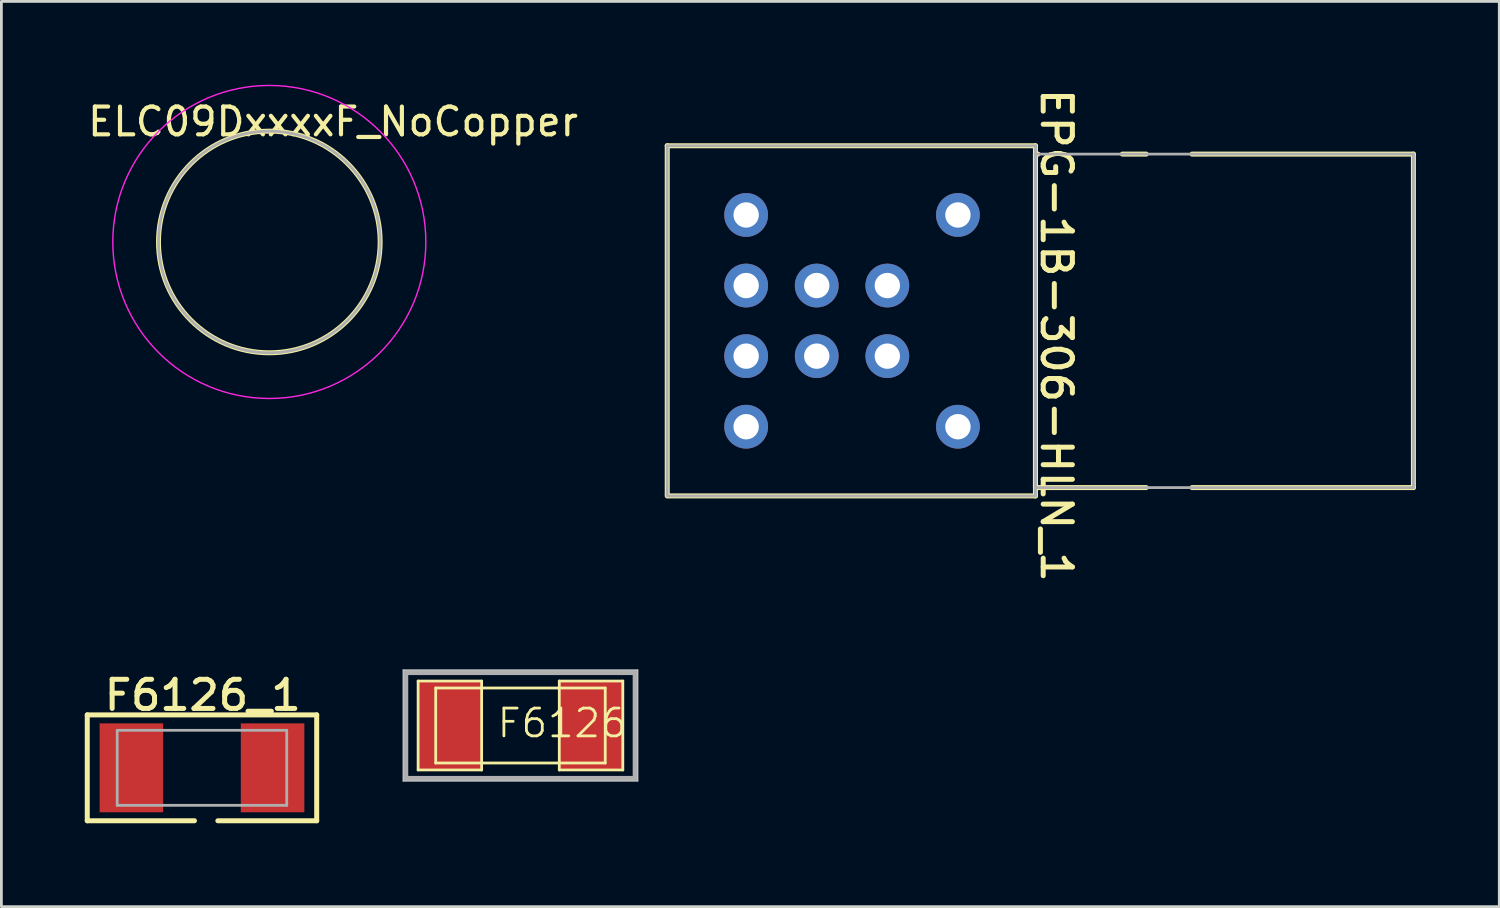
<source format=kicad_pcb>
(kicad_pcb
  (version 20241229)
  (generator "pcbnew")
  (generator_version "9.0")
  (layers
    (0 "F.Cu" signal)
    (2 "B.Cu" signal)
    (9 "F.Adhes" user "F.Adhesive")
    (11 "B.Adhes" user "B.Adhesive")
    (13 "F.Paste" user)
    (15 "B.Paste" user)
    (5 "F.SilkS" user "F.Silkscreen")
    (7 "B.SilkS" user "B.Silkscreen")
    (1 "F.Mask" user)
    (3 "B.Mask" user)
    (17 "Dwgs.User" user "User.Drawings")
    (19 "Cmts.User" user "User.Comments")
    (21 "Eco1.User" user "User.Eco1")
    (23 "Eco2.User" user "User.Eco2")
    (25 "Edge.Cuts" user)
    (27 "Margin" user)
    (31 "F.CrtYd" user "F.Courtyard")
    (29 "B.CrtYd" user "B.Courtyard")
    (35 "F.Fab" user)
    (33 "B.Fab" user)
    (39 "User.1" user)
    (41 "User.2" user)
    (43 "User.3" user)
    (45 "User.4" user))
  (footprint "ELC09DxxxxF_NoCopper"
    (placed yes)
    (layer "F.Cu")
    (at 6.641 5.657)
    (property "Reference" "ELC09DxxxxF_NoCopper" (at 2.294 -4.328 0) (layer "F.SilkS") (effects (font (size 1 1) (thickness 0.15))))
    (attr exclude_from_pos_files exclude_from_bom)
    (fp_circle (center 0 0) (end 3.988 0) (stroke (width 0.178) (type solid)) (fill no) (layer "F.SilkS"))
    (fp_circle (center 0 0) (end 0 5.632) (stroke (width 0.05) (type solid)) (fill no) (layer "F.CrtYd"))
    (fp_circle (center 0 0) (end 0 3.988) (stroke (width 0.1) (type solid)) (fill no) (layer "F.Fab"))
    (pad "" smd oval (at 0 -2.5) (size 2.235 2.235) (layers "F.Mask"))
    (pad "" smd oval (at 0 2.5) (size 2.235 2.235) (layers "F.Mask")))
  (footprint "F6126_1"
    (layer "F.Cu")
    (at 4.218 24.579)
    (property "Reference" "F6126_1" (at 0.027 -2.613 0) (unlocked yes) (layer "F.SilkS") (effects (font (size 1.05 1.104) (thickness 0.18))))
    (attr smd)
    (fp_line (start -4.128 -1.905) (end 4.128 -1.905) (stroke (width 0.18) (type solid)) (layer "F.SilkS"))
    (fp_line (start -4.128 1.905) (end -4.128 -1.905) (stroke (width 0.18) (type solid)) (layer "F.SilkS"))
    (fp_line (start -4.128 1.905) (end -0.271 1.905) (stroke (width 0.18) (type solid)) (layer "F.SilkS"))
    (fp_line (start 0.571 1.905) (end 4.128 1.905) (stroke (width 0.18) (type solid)) (layer "F.SilkS"))
    (fp_line (start 4.128 1.905) (end 4.128 -1.905) (stroke (width 0.18) (type solid)) (layer "F.SilkS"))
    (fp_line (start -3.05 -1.35) (end 3.05 -1.35) (stroke (width 0.1) (type solid)) (layer "F.Fab"))
    (fp_line (start -3.05 1.35) (end -3.05 -1.35) (stroke (width 0.1) (type solid)) (layer "F.Fab"))
    (fp_line (start -3.05 1.35) (end 3.05 1.35) (stroke (width 0.1) (type solid)) (layer "F.Fab"))
    (fp_line (start 3.05 1.35) (end 3.05 -1.35) (stroke (width 0.1) (type solid)) (layer "F.Fab"))
    (pad "1" smd rect (at -2.54 0) (size 2.286 3.2) (layers "F.Cu" "F.Mask" "F.Paste"))
    (pad "2" smd rect (at 2.54 0) (size 2.286 3.2) (layers "F.Cu" "F.Mask" "F.Paste")))
  (footprint "EPG-1B-306-HLN_1"
    (layer "F.Cu")
    (at 27.609 8.495)
    (property "Reference" "EPG-1B-306-HLN_1" (at 7.355 0.523 270) (unlocked yes) (layer "F.SilkS") (effects (font (size 1.05 1.104) (thickness 0.18))))
    (attr smd)
    (fp_line (start -6.65 -6.3) (end 6.6 -6.3) (stroke (width 0.18) (type solid)) (layer "F.SilkS"))
    (fp_line (start -6.65 6.3) (end -6.65 -6.3) (stroke (width 0.18) (type solid)) (layer "F.SilkS"))
    (fp_line (start -6.6 6.3) (end 6.6 6.3) (stroke (width 0.18) (type solid)) (layer "F.SilkS"))
    (fp_line (start 6.6 -6) (end 6.691 -6) (stroke (width 0.18) (type solid)) (layer "F.SilkS"))
    (fp_line (start 6.6 6) (end 6.6 -6) (stroke (width 0.18) (type solid)) (layer "F.SilkS"))
    (fp_line (start 6.6 6) (end 10.585 6) (stroke (width 0.18) (type solid)) (layer "F.SilkS"))
    (fp_line (start 6.6 6.3) (end 6.6 -6.3) (stroke (width 0.18) (type solid)) (layer "F.SilkS"))
    (fp_line (start 9.729 -6) (end 10.585 -6) (stroke (width 0.18) (type solid)) (layer "F.SilkS"))
    (fp_line (start 12.235 -6) (end 20.2 -6) (stroke (width 0.18) (type solid)) (layer "F.SilkS"))
    (fp_line (start 12.235 6) (end 20.2 6) (stroke (width 0.18) (type solid)) (layer "F.SilkS"))
    (fp_line (start 20.2 6) (end 20.2 -6) (stroke (width 0.18) (type solid)) (layer "F.SilkS"))
    (fp_line (start -6.65 -6.3) (end 6.6 -6.3) (stroke (width 0.1) (type solid)) (layer "F.Fab"))
    (fp_line (start -6.65 6.3) (end -6.65 -6.3) (stroke (width 0.1) (type solid)) (layer "F.Fab"))
    (fp_line (start -6.6 6.3) (end 6.6 6.3) (stroke (width 0.1) (type solid)) (layer "F.Fab"))
    (fp_line (start 6.6 -6) (end 20.2 -6) (stroke (width 0.1) (type solid)) (layer "F.Fab"))
    (fp_line (start 6.6 6) (end 6.6 -6) (stroke (width 0.1) (type solid)) (layer "F.Fab"))
    (fp_line (start 6.6 6) (end 20.2 6) (stroke (width 0.1) (type solid)) (layer "F.Fab"))
    (fp_line (start 6.6 6.3) (end 6.6 -6.3) (stroke (width 0.1) (type solid)) (layer "F.Fab"))
    (fp_line (start 20.2 6) (end 20.2 -6) (stroke (width 0.1) (type solid)) (layer "F.Fab"))
    (pad "1" thru_hole circle (at -3.81 1.27) (size 1.575 1.575) (drill 0.914) (layers "*.Cu" "*.Mask"))
    (pad "2" thru_hole circle (at -1.27 1.27) (size 1.575 1.575) (drill 0.914) (layers "*.Cu" "*.Mask"))
    (pad "3" thru_hole circle (at 1.27 1.27) (size 1.575 1.575) (drill 0.914) (layers "*.Cu" "*.Mask"))
    (pad "4" thru_hole circle (at -3.81 -1.27) (size 1.575 1.575) (drill 0.914) (layers "*.Cu" "*.Mask"))
    (pad "5" thru_hole circle (at -1.27 -1.27) (size 1.575 1.575) (drill 0.914) (layers "*.Cu" "*.Mask"))
    (pad "6" thru_hole circle (at 1.27 -1.27) (size 1.575 1.575) (drill 0.914) (layers "*.Cu" "*.Mask"))
    (pad "7" thru_hole circle (at -3.81 3.81) (size 1.575 1.575) (drill 0.914) (layers "*.Cu" "*.Mask"))
    (pad "8" thru_hole circle (at 3.81 3.81) (size 1.575 1.575) (drill 0.914) (layers "*.Cu" "*.Mask"))
    (pad "9" thru_hole circle (at 3.81 -3.81) (size 1.575 1.575) (drill 0.914) (layers "*.Cu" "*.Mask"))
    (pad "10" thru_hole circle (at -3.81 -3.81) (size 1.575 1.575) (drill 0.914) (layers "*.Cu" "*.Mask")))
  (footprint "F6126"
    (placed yes)
    (layer "F.Cu")
    (at 15.678 23.056)
    (property "Reference" "F6126" (at -0.9 0.5 0) (layer "F.SilkS") (effects (font (size 1 1) (thickness 0.1)) (justify left bottom)))
    (attr through_hole)
    (fp_line (start -3.683 -1.6) (end -1.397 -1.6) (stroke (width 0.1) (type solid)) (layer "F.SilkS"))
    (fp_line (start -3.683 1.6) (end -3.683 -1.6) (stroke (width 0.1) (type solid)) (layer "F.SilkS"))
    (fp_line (start -3.05 -1.35) (end -3.05 1.35) (stroke (width 0.1) (type solid)) (layer "F.SilkS"))
    (fp_line (start -3.05 1.35) (end 3.05 1.35) (stroke (width 0.1) (type solid)) (layer "F.SilkS"))
    (fp_line (start -1.397 -1.6) (end -1.397 1.6) (stroke (width 0.1) (type solid)) (layer "F.SilkS"))
    (fp_line (start -1.397 1.6) (end -3.683 1.6) (stroke (width 0.1) (type solid)) (layer "F.SilkS"))
    (fp_line (start 1.397 -1.6) (end 3.683 -1.6) (stroke (width 0.1) (type solid)) (layer "F.SilkS"))
    (fp_line (start 1.397 1.6) (end 1.397 -1.6) (stroke (width 0.1) (type solid)) (layer "F.SilkS"))
    (fp_line (start 3.05 -1.35) (end -3.05 -1.35) (stroke (width 0.1) (type solid)) (layer "F.SilkS"))
    (fp_line (start 3.05 1.35) (end 3.05 -1.35) (stroke (width 0.1) (type solid)) (layer "F.SilkS"))
    (fp_line (start 3.683 -1.6) (end 3.683 1.6) (stroke (width 0.1) (type solid)) (layer "F.SilkS"))
    (fp_line (start 3.683 1.6) (end 1.397 1.6) (stroke (width 0.1) (type solid)) (layer "F.SilkS"))
    (fp_line (start -4.218 -1.995) (end 4.218 -1.995) (stroke (width 0.05) (type solid)) (layer "Dwgs.User"))
    (fp_line (start -4.218 1.995) (end -4.218 -1.995) (stroke (width 0.05) (type solid)) (layer "Dwgs.User"))
    (fp_line (start 4.218 -1.995) (end 4.218 1.995) (stroke (width 0.05) (type solid)) (layer "Dwgs.User"))
    (fp_line (start 4.218 1.995) (end -4.218 1.995) (stroke (width 0.05) (type solid)) (layer "Dwgs.User"))
    (fp_line (start -4.128 -1.905) (end -4.128 1.905) (stroke (width 0.18) (type solid)) (layer "F.Fab"))
    (fp_line (start -4.128 1.905) (end 4.128 1.905) (stroke (width 0.18) (type solid)) (layer "F.Fab"))
    (fp_line (start 4.128 -1.905) (end -4.128 -1.905) (stroke (width 0.18) (type solid)) (layer "F.Fab"))
    (fp_line (start 4.128 1.905) (end 4.128 -1.905) (stroke (width 0.18) (type solid)) (layer "F.Fab"))
    (fp_poly (pts (xy -4.128 -1.905) (xy 4.128 -1.905) (xy 4.128 1.905) (xy -4.128 1.905) (xy -4.128 -1.905)) (stroke (width 0.02) (type solid)) (fill no) (layer "F.Fab"))
    (pad "1" smd rect (at -2.54 0) (size 2.286 3.2) (layers "F.Cu" "F.Mask" "F.Paste"))
    (pad "2" smd rect (at 2.54 0) (size 2.286 3.2) (layers "F.Cu" "F.Mask" "F.Paste")))
  (gr_rect
    (start -3 -3)
    (end 50.899 29.574)
    (stroke (width 0.1) (type default))
    (fill no)
    (layer "Edge.Cuts")))
</source>
